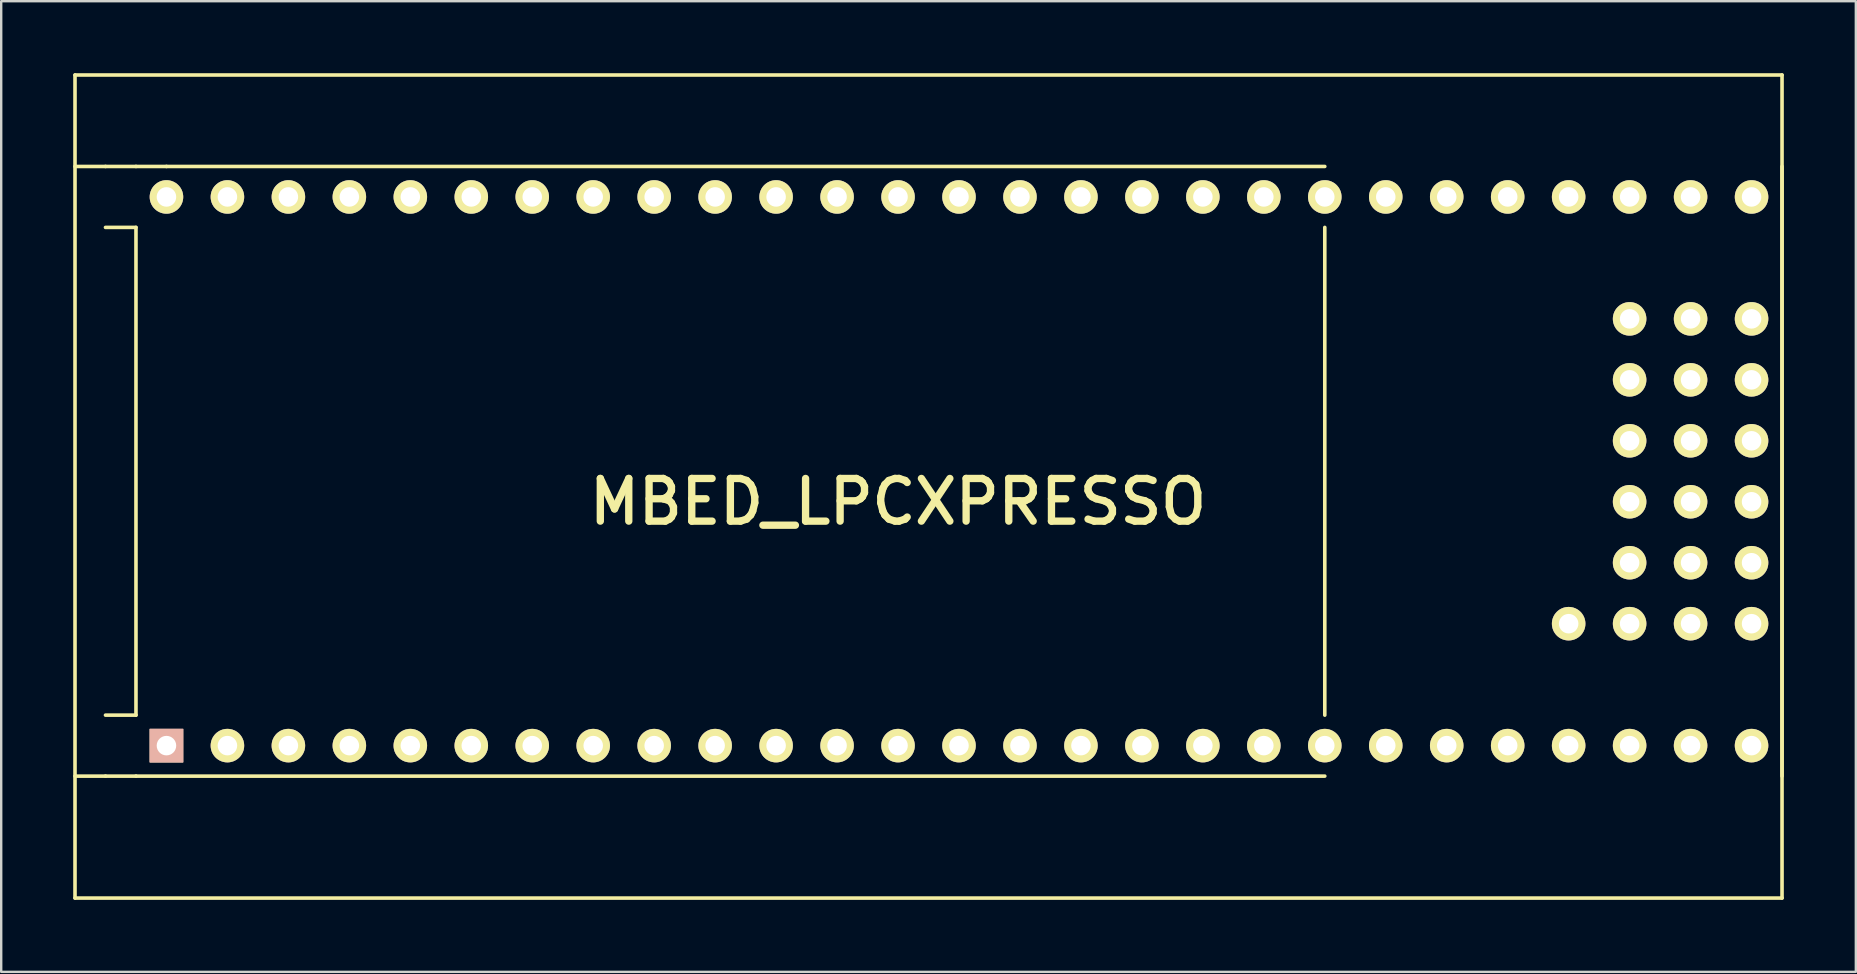
<source format=kicad_pcb>
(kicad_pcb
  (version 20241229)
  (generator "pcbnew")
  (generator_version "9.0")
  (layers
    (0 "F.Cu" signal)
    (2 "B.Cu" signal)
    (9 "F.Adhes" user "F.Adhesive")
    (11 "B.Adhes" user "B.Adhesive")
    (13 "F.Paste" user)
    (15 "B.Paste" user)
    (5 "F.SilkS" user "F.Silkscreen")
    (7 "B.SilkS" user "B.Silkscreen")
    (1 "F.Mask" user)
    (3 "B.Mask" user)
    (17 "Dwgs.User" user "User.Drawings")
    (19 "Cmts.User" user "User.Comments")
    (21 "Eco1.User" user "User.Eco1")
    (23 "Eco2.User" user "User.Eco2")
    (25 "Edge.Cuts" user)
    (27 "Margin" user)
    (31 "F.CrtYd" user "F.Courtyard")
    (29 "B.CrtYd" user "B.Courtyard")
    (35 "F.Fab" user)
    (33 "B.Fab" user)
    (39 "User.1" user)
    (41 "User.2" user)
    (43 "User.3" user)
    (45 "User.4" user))
  (footprint "MBED_LPCXPRESSO"
    (layer "F.Cu")
    (at 34.365 16.585)
    (property "Reference" "MBED_LPCXPRESSO" (at 0 1.27 0) (layer "F.SilkS") (effects (font (size 1.778 1.778) (thickness 0.305))))
    (attr through_hole)
    (fp_line (start -34.29 -16.51) (end 36.83 -16.51) (stroke (width 0.15) (type solid)) (layer "F.SilkS"))
    (fp_line (start -34.29 17.78) (end -34.29 -16.51) (stroke (width 0.15) (type solid)) (layer "F.SilkS"))
    (fp_line (start -33.02 -12.7) (end -34.29 -12.7) (stroke (width 0.15) (type solid)) (layer "F.SilkS"))
    (fp_line (start -33.02 10.16) (end -31.75 10.16) (stroke (width 0.15) (type solid)) (layer "F.SilkS"))
    (fp_line (start -33.02 12.7) (end -34.29 12.7) (stroke (width 0.15) (type solid)) (layer "F.SilkS"))
    (fp_line (start -31.75 -12.7) (end -33.02 -12.7) (stroke (width 0.15) (type solid)) (layer "F.SilkS"))
    (fp_line (start -31.75 -10.16) (end -33.02 -10.16) (stroke (width 0.15) (type solid)) (layer "F.SilkS"))
    (fp_line (start -31.75 10.16) (end -31.75 -10.16) (stroke (width 0.15) (type solid)) (layer "F.SilkS"))
    (fp_line (start -31.75 12.7) (end -33.02 12.7) (stroke (width 0.15) (type solid)) (layer "F.SilkS"))
    (fp_line (start -30.48 -12.7) (end -31.75 -12.7) (stroke (width 0.15) (type solid)) (layer "F.SilkS"))
    (fp_line (start -30.48 -12.7) (end 17.78 -12.7) (stroke (width 0.15) (type solid)) (layer "F.SilkS"))
    (fp_line (start 17.78 10.16) (end 17.78 -10.16) (stroke (width 0.15) (type solid)) (layer "F.SilkS"))
    (fp_line (start 17.78 12.7) (end -31.75 12.7) (stroke (width 0.15) (type solid)) (layer "F.SilkS"))
    (fp_line (start 36.83 -16.51) (end 36.83 17.78) (stroke (width 0.15) (type solid)) (layer "F.SilkS"))
    (fp_line (start 36.83 12.7) (end 36.83 -12.7) (stroke (width 0.15) (type solid)) (layer "F.SilkS"))
    (fp_line (start 36.83 17.78) (end -34.29 17.78) (stroke (width 0.15) (type solid)) (layer "F.SilkS"))
    (pad "1" thru_hole rect (at -30.48 11.43) (size 1.397 1.397) (drill 0.813) (layers "*.Cu" "*.SilkS" "*.Mask"))
    (pad "2" thru_hole circle (at -27.94 11.43) (size 1.397 1.397) (drill 0.813) (layers "*.Cu" "*.Mask" "F.SilkS"))
    (pad "3" thru_hole circle (at -25.4 11.43) (size 1.397 1.397) (drill 0.813) (layers "*.Cu" "*.Mask" "F.SilkS"))
    (pad "4" thru_hole circle (at -22.86 11.43) (size 1.397 1.397) (drill 0.813) (layers "*.Cu" "*.Mask" "F.SilkS"))
    (pad "5" thru_hole circle (at -20.32 11.43) (size 1.397 1.397) (drill 0.813) (layers "*.Cu" "*.Mask" "F.SilkS"))
    (pad "6" thru_hole circle (at -17.78 11.43) (size 1.397 1.397) (drill 0.813) (layers "*.Cu" "*.Mask" "F.SilkS"))
    (pad "7" thru_hole circle (at -15.24 11.43) (size 1.397 1.397) (drill 0.813) (layers "*.Cu" "*.Mask" "F.SilkS"))
    (pad "8" thru_hole circle (at -12.7 11.43) (size 1.397 1.397) (drill 0.813) (layers "*.Cu" "*.Mask" "F.SilkS"))
    (pad "9" thru_hole circle (at -10.16 11.43) (size 1.397 1.397) (drill 0.813) (layers "*.Cu" "*.Mask" "F.SilkS"))
    (pad "10" thru_hole circle (at -7.62 11.43) (size 1.397 1.397) (drill 0.813) (layers "*.Cu" "*.Mask" "F.SilkS"))
    (pad "11" thru_hole circle (at -5.08 11.43) (size 1.397 1.397) (drill 0.813) (layers "*.Cu" "*.Mask" "F.SilkS"))
    (pad "12" thru_hole circle (at -2.54 11.43) (size 1.397 1.397) (drill 0.813) (layers "*.Cu" "*.Mask" "F.SilkS"))
    (pad "13" thru_hole circle (at 0 11.43) (size 1.397 1.397) (drill 0.813) (layers "*.Cu" "*.Mask" "F.SilkS"))
    (pad "14" thru_hole circle (at 2.54 11.43) (size 1.397 1.397) (drill 0.813) (layers "*.Cu" "*.Mask" "F.SilkS"))
    (pad "15" thru_hole circle (at 5.08 11.43) (size 1.397 1.397) (drill 0.813) (layers "*.Cu" "*.Mask" "F.SilkS"))
    (pad "16" thru_hole circle (at 7.62 11.43) (size 1.397 1.397) (drill 0.813) (layers "*.Cu" "*.Mask" "F.SilkS"))
    (pad "17" thru_hole circle (at 10.16 11.43) (size 1.397 1.397) (drill 0.813) (layers "*.Cu" "*.Mask" "F.SilkS"))
    (pad "18" thru_hole circle (at 12.7 11.43) (size 1.397 1.397) (drill 0.813) (layers "*.Cu" "*.Mask" "F.SilkS"))
    (pad "19" thru_hole circle (at 15.24 11.43) (size 1.397 1.397) (drill 0.813) (layers "*.Cu" "*.Mask" "F.SilkS"))
    (pad "20" thru_hole circle (at 17.78 11.43) (size 1.397 1.397) (drill 0.813) (layers "*.Cu" "*.Mask" "F.SilkS"))
    (pad "21" thru_hole circle (at 20.32 11.43) (size 1.397 1.397) (drill 0.813) (layers "*.Cu" "*.Mask" "F.SilkS"))
    (pad "22" thru_hole circle (at 22.86 11.43) (size 1.397 1.397) (drill 0.813) (layers "*.Cu" "*.Mask" "F.SilkS"))
    (pad "23" thru_hole circle (at 25.4 11.43) (size 1.397 1.397) (drill 0.813) (layers "*.Cu" "*.Mask" "F.SilkS"))
    (pad "24" thru_hole circle (at 27.94 11.43) (size 1.397 1.397) (drill 0.813) (layers "*.Cu" "*.Mask" "F.SilkS"))
    (pad "25" thru_hole circle (at 30.48 11.43) (size 1.397 1.397) (drill 0.813) (layers "*.Cu" "*.Mask" "F.SilkS"))
    (pad "26" thru_hole circle (at 33.02 11.43) (size 1.397 1.397) (drill 0.813) (layers "*.Cu" "*.Mask" "F.SilkS"))
    (pad "27" thru_hole circle (at 35.56 11.43) (size 1.397 1.397) (drill 0.813) (layers "*.Cu" "*.Mask" "F.SilkS"))
    (pad "28" thru_hole circle (at -30.48 -11.43) (size 1.397 1.397) (drill 0.813) (layers "*.Cu" "*.Mask" "F.SilkS"))
    (pad "29" thru_hole circle (at -27.94 -11.43) (size 1.397 1.397) (drill 0.813) (layers "*.Cu" "*.Mask" "F.SilkS"))
    (pad "30" thru_hole circle (at -25.4 -11.43) (size 1.397 1.397) (drill 0.813) (layers "*.Cu" "*.Mask" "F.SilkS"))
    (pad "31" thru_hole circle (at -22.86 -11.43) (size 1.397 1.397) (drill 0.813) (layers "*.Cu" "*.Mask" "F.SilkS"))
    (pad "32" thru_hole circle (at -20.32 -11.43) (size 1.397 1.397) (drill 0.813) (layers "*.Cu" "*.Mask" "F.SilkS"))
    (pad "33" thru_hole circle (at -17.78 -11.43) (size 1.397 1.397) (drill 0.813) (layers "*.Cu" "*.Mask" "F.SilkS"))
    (pad "34" thru_hole circle (at -15.24 -11.43) (size 1.397 1.397) (drill 0.813) (layers "*.Cu" "*.Mask" "F.SilkS"))
    (pad "35" thru_hole circle (at -12.7 -11.43) (size 1.397 1.397) (drill 0.813) (layers "*.Cu" "*.Mask" "F.SilkS"))
    (pad "36" thru_hole circle (at -10.16 -11.43) (size 1.397 1.397) (drill 0.813) (layers "*.Cu" "*.Mask" "F.SilkS"))
    (pad "37" thru_hole circle (at -7.62 -11.43) (size 1.397 1.397) (drill 0.813) (layers "*.Cu" "*.Mask" "F.SilkS"))
    (pad "38" thru_hole circle (at -5.08 -11.43) (size 1.397 1.397) (drill 0.813) (layers "*.Cu" "*.Mask" "F.SilkS"))
    (pad "39" thru_hole circle (at -2.54 -11.43) (size 1.397 1.397) (drill 0.813) (layers "*.Cu" "*.Mask" "F.SilkS"))
    (pad "40" thru_hole circle (at 0 -11.43) (size 1.397 1.397) (drill 0.813) (layers "*.Cu" "*.Mask" "F.SilkS"))
    (pad "41" thru_hole circle (at 2.54 -11.43) (size 1.397 1.397) (drill 0.813) (layers "*.Cu" "*.Mask" "F.SilkS"))
    (pad "42" thru_hole circle (at 5.08 -11.43) (size 1.397 1.397) (drill 0.813) (layers "*.Cu" "*.Mask" "F.SilkS"))
    (pad "43" thru_hole circle (at 7.62 -11.43) (size 1.397 1.397) (drill 0.813) (layers "*.Cu" "*.Mask" "F.SilkS"))
    (pad "44" thru_hole circle (at 10.16 -11.43) (size 1.397 1.397) (drill 0.813) (layers "*.Cu" "*.Mask" "F.SilkS"))
    (pad "45" thru_hole circle (at 12.7 -11.43) (size 1.397 1.397) (drill 0.813) (layers "*.Cu" "*.Mask" "F.SilkS"))
    (pad "46" thru_hole circle (at 15.24 -11.43) (size 1.397 1.397) (drill 0.813) (layers "*.Cu" "*.Mask" "F.SilkS"))
    (pad "47" thru_hole circle (at 17.78 -11.43) (size 1.397 1.397) (drill 0.813) (layers "*.Cu" "*.Mask" "F.SilkS"))
    (pad "48" thru_hole circle (at 20.32 -11.43) (size 1.397 1.397) (drill 0.813) (layers "*.Cu" "*.Mask" "F.SilkS"))
    (pad "49" thru_hole circle (at 22.86 -11.43) (size 1.397 1.397) (drill 0.813) (layers "*.Cu" "*.Mask" "F.SilkS"))
    (pad "50" thru_hole circle (at 25.4 -11.43) (size 1.397 1.397) (drill 0.813) (layers "*.Cu" "*.Mask" "F.SilkS"))
    (pad "51" thru_hole circle (at 27.94 -11.43) (size 1.397 1.397) (drill 0.813) (layers "*.Cu" "*.Mask" "F.SilkS"))
    (pad "52" thru_hole circle (at 30.48 -11.43) (size 1.397 1.397) (drill 0.813) (layers "*.Cu" "*.Mask" "F.SilkS"))
    (pad "53" thru_hole circle (at 33.02 -11.43) (size 1.397 1.397) (drill 0.813) (layers "*.Cu" "*.Mask" "F.SilkS"))
    (pad "54" thru_hole circle (at 35.56 -11.43) (size 1.397 1.397) (drill 0.813) (layers "*.Cu" "*.Mask" "F.SilkS"))
    (pad "101" thru_hole circle (at 35.56 -6.35) (size 1.397 1.397) (drill 0.813) (layers "*.Cu" "*.Mask" "F.SilkS"))
    (pad "102" thru_hole circle (at 33.02 -6.35) (size 1.397 1.397) (drill 0.813) (layers "*.Cu" "*.Mask" "F.SilkS"))
    (pad "103" thru_hole circle (at 30.48 -6.35) (size 1.397 1.397) (drill 0.813) (layers "*.Cu" "*.Mask" "F.SilkS"))
    (pad "104" thru_hole circle (at 35.56 -3.81) (size 1.397 1.397) (drill 0.813) (layers "*.Cu" "*.Mask" "F.SilkS"))
    (pad "105" thru_hole circle (at 33.02 -3.81) (size 1.397 1.397) (drill 0.813) (layers "*.Cu" "*.Mask" "F.SilkS"))
    (pad "106" thru_hole circle (at 30.48 -3.81) (size 1.397 1.397) (drill 0.813) (layers "*.Cu" "*.Mask" "F.SilkS"))
    (pad "107" thru_hole circle (at 35.56 -1.27) (size 1.397 1.397) (drill 0.813) (layers "*.Cu" "*.Mask" "F.SilkS"))
    (pad "108" thru_hole circle (at 33.02 -1.27) (size 1.397 1.397) (drill 0.813) (layers "*.Cu" "*.Mask" "F.SilkS"))
    (pad "109" thru_hole circle (at 30.48 -1.27) (size 1.397 1.397) (drill 0.813) (layers "*.Cu" "*.Mask" "F.SilkS"))
    (pad "110" thru_hole circle (at 35.56 1.27) (size 1.397 1.397) (drill 0.813) (layers "*.Cu" "*.Mask" "F.SilkS"))
    (pad "111" thru_hole circle (at 33.02 1.27) (size 1.397 1.397) (drill 0.813) (layers "*.Cu" "*.Mask" "F.SilkS"))
    (pad "112" thru_hole circle (at 30.48 1.27) (size 1.397 1.397) (drill 0.813) (layers "*.Cu" "*.Mask" "F.SilkS"))
    (pad "113" thru_hole circle (at 35.56 3.81) (size 1.397 1.397) (drill 0.813) (layers "*.Cu" "*.Mask" "F.SilkS"))
    (pad "114" thru_hole circle (at 33.02 3.81) (size 1.397 1.397) (drill 0.813) (layers "*.Cu" "*.Mask" "F.SilkS"))
    (pad "115" thru_hole circle (at 30.48 3.81) (size 1.397 1.397) (drill 0.813) (layers "*.Cu" "*.Mask" "F.SilkS"))
    (pad "116" thru_hole circle (at 35.56 6.35) (size 1.397 1.397) (drill 0.813) (layers "*.Cu" "*.Mask" "F.SilkS"))
    (pad "117" thru_hole circle (at 33.02 6.35) (size 1.397 1.397) (drill 0.813) (layers "*.Cu" "*.Mask" "F.SilkS"))
    (pad "118" thru_hole circle (at 30.48 6.35) (size 1.397 1.397) (drill 0.813) (layers "*.Cu" "*.Mask" "F.SilkS"))
    (pad "119" thru_hole circle (at 27.94 6.35) (size 1.397 1.397) (drill 0.813) (layers "*.Cu" "*.Mask" "F.SilkS")))
  (gr_rect
    (start -3 -3)
    (end 74.27 37.44)
    (stroke (width 0.1) (type default))
    (fill no)
    (layer "Edge.Cuts")))
</source>
